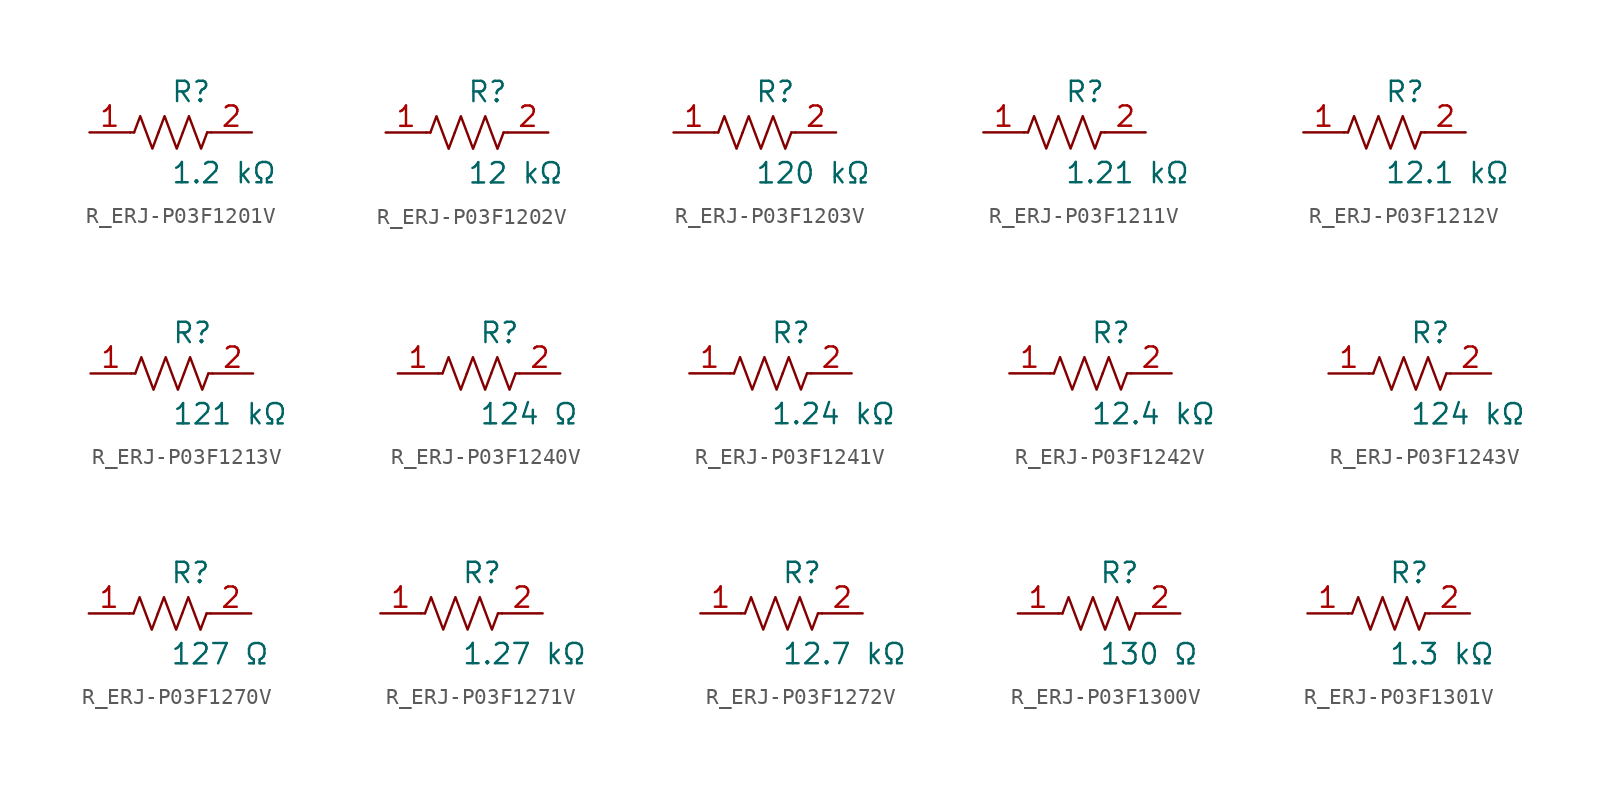
<source format=kicad_sym>
(kicad_symbol_lib
  (version 20231120)
  (generator kicad_symbol_editor)
  (generator_version 8.0)
  (symbol "R_ERJ-P03F1201V"
    (pin_names
      (offset 0.254))
    (property "Reference" "R"
      (at 0.0 2.54 0)
      (effects (font (size 1.27 1.27)) (justify left)))
    (property "Value" "1.2 kΩ"
      (at 0.0 -2.54 0)
      (effects (font (size 1.27 1.27)) (justify left)))
    (symbol "R_ERJ-P03F1201V_0_1"
      (polyline (pts (xy 2.286 0) (xy 2.54 0)) (stroke (width 0) (type default)) (fill (type none)))
      (polyline (pts (xy -2.286 0) (xy -2.54 0)) (stroke (width 0) (type default)) (fill (type none)))
      (polyline (pts (xy 0.762 0) (xy 1.143 1.016) (xy 1.524 0) (xy 1.905 -1.016) (xy 2.286 0)) (stroke (width 0) (type default)) (fill (type none)))
      (polyline (pts (xy -0.762 0) (xy -0.381 1.016) (xy 0 0) (xy 0.381 -1.016) (xy 0.762 0)) (stroke (width 0) (type default)) (fill (type none)))
      (polyline (pts (xy -2.286 0) (xy -1.905 1.016) (xy -1.524 0) (xy -1.143 -1.016) (xy -0.762 0)) (stroke (width 0) (type default)) (fill (type none))))
    (pin unspecified line
      (at -5.08 0 0)
      (length 2.54)
      (name "" (effects (font (size 1.27 1.27))))
      (number "1" (effects (font (size 1.27 1.27)))))
    (pin unspecified line
      (at 5.08 0 180)
      (length 2.54)
      (name "" (effects (font (size 1.27 1.27))))
      (number "2" (effects (font (size 1.27 1.27))))))
  (symbol "R_ERJ-P03F1202V"
    (pin_names
      (offset 0.254))
    (property "Reference" "R"
      (at 0.0 2.54 0)
      (effects (font (size 1.27 1.27)) (justify left)))
    (property "Value" "12 kΩ"
      (at 0.0 -2.54 0)
      (effects (font (size 1.27 1.27)) (justify left)))
    (symbol "R_ERJ-P03F1202V_0_1"
      (polyline (pts (xy 2.286 0) (xy 2.54 0)) (stroke (width 0) (type default)) (fill (type none)))
      (polyline (pts (xy -2.286 0) (xy -2.54 0)) (stroke (width 0) (type default)) (fill (type none)))
      (polyline (pts (xy 0.762 0) (xy 1.143 1.016) (xy 1.524 0) (xy 1.905 -1.016) (xy 2.286 0)) (stroke (width 0) (type default)) (fill (type none)))
      (polyline (pts (xy -0.762 0) (xy -0.381 1.016) (xy 0 0) (xy 0.381 -1.016) (xy 0.762 0)) (stroke (width 0) (type default)) (fill (type none)))
      (polyline (pts (xy -2.286 0) (xy -1.905 1.016) (xy -1.524 0) (xy -1.143 -1.016) (xy -0.762 0)) (stroke (width 0) (type default)) (fill (type none))))
    (pin unspecified line
      (at -5.08 0 0)
      (length 2.54)
      (name "" (effects (font (size 1.27 1.27))))
      (number "1" (effects (font (size 1.27 1.27)))))
    (pin unspecified line
      (at 5.08 0 180)
      (length 2.54)
      (name "" (effects (font (size 1.27 1.27))))
      (number "2" (effects (font (size 1.27 1.27))))))
  (symbol "R_ERJ-P03F1203V"
    (pin_names
      (offset 0.254))
    (property "Reference" "R"
      (at 0.0 2.54 0)
      (effects (font (size 1.27 1.27)) (justify left)))
    (property "Value" "120 kΩ"
      (at 0.0 -2.54 0)
      (effects (font (size 1.27 1.27)) (justify left)))
    (symbol "R_ERJ-P03F1203V_0_1"
      (polyline (pts (xy 2.286 0) (xy 2.54 0)) (stroke (width 0) (type default)) (fill (type none)))
      (polyline (pts (xy -2.286 0) (xy -2.54 0)) (stroke (width 0) (type default)) (fill (type none)))
      (polyline (pts (xy 0.762 0) (xy 1.143 1.016) (xy 1.524 0) (xy 1.905 -1.016) (xy 2.286 0)) (stroke (width 0) (type default)) (fill (type none)))
      (polyline (pts (xy -0.762 0) (xy -0.381 1.016) (xy 0 0) (xy 0.381 -1.016) (xy 0.762 0)) (stroke (width 0) (type default)) (fill (type none)))
      (polyline (pts (xy -2.286 0) (xy -1.905 1.016) (xy -1.524 0) (xy -1.143 -1.016) (xy -0.762 0)) (stroke (width 0) (type default)) (fill (type none))))
    (pin unspecified line
      (at -5.08 0 0)
      (length 2.54)
      (name "" (effects (font (size 1.27 1.27))))
      (number "1" (effects (font (size 1.27 1.27)))))
    (pin unspecified line
      (at 5.08 0 180)
      (length 2.54)
      (name "" (effects (font (size 1.27 1.27))))
      (number "2" (effects (font (size 1.27 1.27))))))
  (symbol "R_ERJ-P03F1211V"
    (pin_names
      (offset 0.254))
    (property "Reference" "R"
      (at 0.0 2.54 0)
      (effects (font (size 1.27 1.27)) (justify left)))
    (property "Value" "1.21 kΩ"
      (at 0.0 -2.54 0)
      (effects (font (size 1.27 1.27)) (justify left)))
    (symbol "R_ERJ-P03F1211V_0_1"
      (polyline (pts (xy 2.286 0) (xy 2.54 0)) (stroke (width 0) (type default)) (fill (type none)))
      (polyline (pts (xy -2.286 0) (xy -2.54 0)) (stroke (width 0) (type default)) (fill (type none)))
      (polyline (pts (xy 0.762 0) (xy 1.143 1.016) (xy 1.524 0) (xy 1.905 -1.016) (xy 2.286 0)) (stroke (width 0) (type default)) (fill (type none)))
      (polyline (pts (xy -0.762 0) (xy -0.381 1.016) (xy 0 0) (xy 0.381 -1.016) (xy 0.762 0)) (stroke (width 0) (type default)) (fill (type none)))
      (polyline (pts (xy -2.286 0) (xy -1.905 1.016) (xy -1.524 0) (xy -1.143 -1.016) (xy -0.762 0)) (stroke (width 0) (type default)) (fill (type none))))
    (pin unspecified line
      (at -5.08 0 0)
      (length 2.54)
      (name "" (effects (font (size 1.27 1.27))))
      (number "1" (effects (font (size 1.27 1.27)))))
    (pin unspecified line
      (at 5.08 0 180)
      (length 2.54)
      (name "" (effects (font (size 1.27 1.27))))
      (number "2" (effects (font (size 1.27 1.27))))))
  (symbol "R_ERJ-P03F1212V"
    (pin_names
      (offset 0.254))
    (property "Reference" "R"
      (at 0.0 2.54 0)
      (effects (font (size 1.27 1.27)) (justify left)))
    (property "Value" "12.1 kΩ"
      (at 0.0 -2.54 0)
      (effects (font (size 1.27 1.27)) (justify left)))
    (symbol "R_ERJ-P03F1212V_0_1"
      (polyline (pts (xy 2.286 0) (xy 2.54 0)) (stroke (width 0) (type default)) (fill (type none)))
      (polyline (pts (xy -2.286 0) (xy -2.54 0)) (stroke (width 0) (type default)) (fill (type none)))
      (polyline (pts (xy 0.762 0) (xy 1.143 1.016) (xy 1.524 0) (xy 1.905 -1.016) (xy 2.286 0)) (stroke (width 0) (type default)) (fill (type none)))
      (polyline (pts (xy -0.762 0) (xy -0.381 1.016) (xy 0 0) (xy 0.381 -1.016) (xy 0.762 0)) (stroke (width 0) (type default)) (fill (type none)))
      (polyline (pts (xy -2.286 0) (xy -1.905 1.016) (xy -1.524 0) (xy -1.143 -1.016) (xy -0.762 0)) (stroke (width 0) (type default)) (fill (type none))))
    (pin unspecified line
      (at -5.08 0 0)
      (length 2.54)
      (name "" (effects (font (size 1.27 1.27))))
      (number "1" (effects (font (size 1.27 1.27)))))
    (pin unspecified line
      (at 5.08 0 180)
      (length 2.54)
      (name "" (effects (font (size 1.27 1.27))))
      (number "2" (effects (font (size 1.27 1.27))))))
  (symbol "R_ERJ-P03F1213V"
    (pin_names
      (offset 0.254))
    (property "Reference" "R"
      (at 0.0 2.54 0)
      (effects (font (size 1.27 1.27)) (justify left)))
    (property "Value" "121 kΩ"
      (at 0.0 -2.54 0)
      (effects (font (size 1.27 1.27)) (justify left)))
    (symbol "R_ERJ-P03F1213V_0_1"
      (polyline (pts (xy 2.286 0) (xy 2.54 0)) (stroke (width 0) (type default)) (fill (type none)))
      (polyline (pts (xy -2.286 0) (xy -2.54 0)) (stroke (width 0) (type default)) (fill (type none)))
      (polyline (pts (xy 0.762 0) (xy 1.143 1.016) (xy 1.524 0) (xy 1.905 -1.016) (xy 2.286 0)) (stroke (width 0) (type default)) (fill (type none)))
      (polyline (pts (xy -0.762 0) (xy -0.381 1.016) (xy 0 0) (xy 0.381 -1.016) (xy 0.762 0)) (stroke (width 0) (type default)) (fill (type none)))
      (polyline (pts (xy -2.286 0) (xy -1.905 1.016) (xy -1.524 0) (xy -1.143 -1.016) (xy -0.762 0)) (stroke (width 0) (type default)) (fill (type none))))
    (pin unspecified line
      (at -5.08 0 0)
      (length 2.54)
      (name "" (effects (font (size 1.27 1.27))))
      (number "1" (effects (font (size 1.27 1.27)))))
    (pin unspecified line
      (at 5.08 0 180)
      (length 2.54)
      (name "" (effects (font (size 1.27 1.27))))
      (number "2" (effects (font (size 1.27 1.27))))))
  (symbol "R_ERJ-P03F1240V"
    (pin_names
      (offset 0.254))
    (property "Reference" "R"
      (at 0.0 2.54 0)
      (effects (font (size 1.27 1.27)) (justify left)))
    (property "Value" "124 Ω"
      (at 0.0 -2.54 0)
      (effects (font (size 1.27 1.27)) (justify left)))
    (symbol "R_ERJ-P03F1240V_0_1"
      (polyline (pts (xy 2.286 0) (xy 2.54 0)) (stroke (width 0) (type default)) (fill (type none)))
      (polyline (pts (xy -2.286 0) (xy -2.54 0)) (stroke (width 0) (type default)) (fill (type none)))
      (polyline (pts (xy 0.762 0) (xy 1.143 1.016) (xy 1.524 0) (xy 1.905 -1.016) (xy 2.286 0)) (stroke (width 0) (type default)) (fill (type none)))
      (polyline (pts (xy -0.762 0) (xy -0.381 1.016) (xy 0 0) (xy 0.381 -1.016) (xy 0.762 0)) (stroke (width 0) (type default)) (fill (type none)))
      (polyline (pts (xy -2.286 0) (xy -1.905 1.016) (xy -1.524 0) (xy -1.143 -1.016) (xy -0.762 0)) (stroke (width 0) (type default)) (fill (type none))))
    (pin unspecified line
      (at -5.08 0 0)
      (length 2.54)
      (name "" (effects (font (size 1.27 1.27))))
      (number "1" (effects (font (size 1.27 1.27)))))
    (pin unspecified line
      (at 5.08 0 180)
      (length 2.54)
      (name "" (effects (font (size 1.27 1.27))))
      (number "2" (effects (font (size 1.27 1.27))))))
  (symbol "R_ERJ-P03F1241V"
    (pin_names
      (offset 0.254))
    (property "Reference" "R"
      (at 0.0 2.54 0)
      (effects (font (size 1.27 1.27)) (justify left)))
    (property "Value" "1.24 kΩ"
      (at 0.0 -2.54 0)
      (effects (font (size 1.27 1.27)) (justify left)))
    (symbol "R_ERJ-P03F1241V_0_1"
      (polyline (pts (xy 2.286 0) (xy 2.54 0)) (stroke (width 0) (type default)) (fill (type none)))
      (polyline (pts (xy -2.286 0) (xy -2.54 0)) (stroke (width 0) (type default)) (fill (type none)))
      (polyline (pts (xy 0.762 0) (xy 1.143 1.016) (xy 1.524 0) (xy 1.905 -1.016) (xy 2.286 0)) (stroke (width 0) (type default)) (fill (type none)))
      (polyline (pts (xy -0.762 0) (xy -0.381 1.016) (xy 0 0) (xy 0.381 -1.016) (xy 0.762 0)) (stroke (width 0) (type default)) (fill (type none)))
      (polyline (pts (xy -2.286 0) (xy -1.905 1.016) (xy -1.524 0) (xy -1.143 -1.016) (xy -0.762 0)) (stroke (width 0) (type default)) (fill (type none))))
    (pin unspecified line
      (at -5.08 0 0)
      (length 2.54)
      (name "" (effects (font (size 1.27 1.27))))
      (number "1" (effects (font (size 1.27 1.27)))))
    (pin unspecified line
      (at 5.08 0 180)
      (length 2.54)
      (name "" (effects (font (size 1.27 1.27))))
      (number "2" (effects (font (size 1.27 1.27))))))
  (symbol "R_ERJ-P03F1242V"
    (pin_names
      (offset 0.254))
    (property "Reference" "R"
      (at 0.0 2.54 0)
      (effects (font (size 1.27 1.27)) (justify left)))
    (property "Value" "12.4 kΩ"
      (at 0.0 -2.54 0)
      (effects (font (size 1.27 1.27)) (justify left)))
    (symbol "R_ERJ-P03F1242V_0_1"
      (polyline (pts (xy 2.286 0) (xy 2.54 0)) (stroke (width 0) (type default)) (fill (type none)))
      (polyline (pts (xy -2.286 0) (xy -2.54 0)) (stroke (width 0) (type default)) (fill (type none)))
      (polyline (pts (xy 0.762 0) (xy 1.143 1.016) (xy 1.524 0) (xy 1.905 -1.016) (xy 2.286 0)) (stroke (width 0) (type default)) (fill (type none)))
      (polyline (pts (xy -0.762 0) (xy -0.381 1.016) (xy 0 0) (xy 0.381 -1.016) (xy 0.762 0)) (stroke (width 0) (type default)) (fill (type none)))
      (polyline (pts (xy -2.286 0) (xy -1.905 1.016) (xy -1.524 0) (xy -1.143 -1.016) (xy -0.762 0)) (stroke (width 0) (type default)) (fill (type none))))
    (pin unspecified line
      (at -5.08 0 0)
      (length 2.54)
      (name "" (effects (font (size 1.27 1.27))))
      (number "1" (effects (font (size 1.27 1.27)))))
    (pin unspecified line
      (at 5.08 0 180)
      (length 2.54)
      (name "" (effects (font (size 1.27 1.27))))
      (number "2" (effects (font (size 1.27 1.27))))))
  (symbol "R_ERJ-P03F1243V"
    (pin_names
      (offset 0.254))
    (property "Reference" "R"
      (at 0.0 2.54 0)
      (effects (font (size 1.27 1.27)) (justify left)))
    (property "Value" "124 kΩ"
      (at 0.0 -2.54 0)
      (effects (font (size 1.27 1.27)) (justify left)))
    (symbol "R_ERJ-P03F1243V_0_1"
      (polyline (pts (xy 2.286 0) (xy 2.54 0)) (stroke (width 0) (type default)) (fill (type none)))
      (polyline (pts (xy -2.286 0) (xy -2.54 0)) (stroke (width 0) (type default)) (fill (type none)))
      (polyline (pts (xy 0.762 0) (xy 1.143 1.016) (xy 1.524 0) (xy 1.905 -1.016) (xy 2.286 0)) (stroke (width 0) (type default)) (fill (type none)))
      (polyline (pts (xy -0.762 0) (xy -0.381 1.016) (xy 0 0) (xy 0.381 -1.016) (xy 0.762 0)) (stroke (width 0) (type default)) (fill (type none)))
      (polyline (pts (xy -2.286 0) (xy -1.905 1.016) (xy -1.524 0) (xy -1.143 -1.016) (xy -0.762 0)) (stroke (width 0) (type default)) (fill (type none))))
    (pin unspecified line
      (at -5.08 0 0)
      (length 2.54)
      (name "" (effects (font (size 1.27 1.27))))
      (number "1" (effects (font (size 1.27 1.27)))))
    (pin unspecified line
      (at 5.08 0 180)
      (length 2.54)
      (name "" (effects (font (size 1.27 1.27))))
      (number "2" (effects (font (size 1.27 1.27))))))
  (symbol "R_ERJ-P03F1270V"
    (pin_names
      (offset 0.254))
    (property "Reference" "R"
      (at 0.0 2.54 0)
      (effects (font (size 1.27 1.27)) (justify left)))
    (property "Value" "127 Ω"
      (at 0.0 -2.54 0)
      (effects (font (size 1.27 1.27)) (justify left)))
    (symbol "R_ERJ-P03F1270V_0_1"
      (polyline (pts (xy 2.286 0) (xy 2.54 0)) (stroke (width 0) (type default)) (fill (type none)))
      (polyline (pts (xy -2.286 0) (xy -2.54 0)) (stroke (width 0) (type default)) (fill (type none)))
      (polyline (pts (xy 0.762 0) (xy 1.143 1.016) (xy 1.524 0) (xy 1.905 -1.016) (xy 2.286 0)) (stroke (width 0) (type default)) (fill (type none)))
      (polyline (pts (xy -0.762 0) (xy -0.381 1.016) (xy 0 0) (xy 0.381 -1.016) (xy 0.762 0)) (stroke (width 0) (type default)) (fill (type none)))
      (polyline (pts (xy -2.286 0) (xy -1.905 1.016) (xy -1.524 0) (xy -1.143 -1.016) (xy -0.762 0)) (stroke (width 0) (type default)) (fill (type none))))
    (pin unspecified line
      (at -5.08 0 0)
      (length 2.54)
      (name "" (effects (font (size 1.27 1.27))))
      (number "1" (effects (font (size 1.27 1.27)))))
    (pin unspecified line
      (at 5.08 0 180)
      (length 2.54)
      (name "" (effects (font (size 1.27 1.27))))
      (number "2" (effects (font (size 1.27 1.27))))))
  (symbol "R_ERJ-P03F1271V"
    (pin_names
      (offset 0.254))
    (property "Reference" "R"
      (at 0.0 2.54 0)
      (effects (font (size 1.27 1.27)) (justify left)))
    (property "Value" "1.27 kΩ"
      (at 0.0 -2.54 0)
      (effects (font (size 1.27 1.27)) (justify left)))
    (symbol "R_ERJ-P03F1271V_0_1"
      (polyline (pts (xy 2.286 0) (xy 2.54 0)) (stroke (width 0) (type default)) (fill (type none)))
      (polyline (pts (xy -2.286 0) (xy -2.54 0)) (stroke (width 0) (type default)) (fill (type none)))
      (polyline (pts (xy 0.762 0) (xy 1.143 1.016) (xy 1.524 0) (xy 1.905 -1.016) (xy 2.286 0)) (stroke (width 0) (type default)) (fill (type none)))
      (polyline (pts (xy -0.762 0) (xy -0.381 1.016) (xy 0 0) (xy 0.381 -1.016) (xy 0.762 0)) (stroke (width 0) (type default)) (fill (type none)))
      (polyline (pts (xy -2.286 0) (xy -1.905 1.016) (xy -1.524 0) (xy -1.143 -1.016) (xy -0.762 0)) (stroke (width 0) (type default)) (fill (type none))))
    (pin unspecified line
      (at -5.08 0 0)
      (length 2.54)
      (name "" (effects (font (size 1.27 1.27))))
      (number "1" (effects (font (size 1.27 1.27)))))
    (pin unspecified line
      (at 5.08 0 180)
      (length 2.54)
      (name "" (effects (font (size 1.27 1.27))))
      (number "2" (effects (font (size 1.27 1.27))))))
  (symbol "R_ERJ-P03F1272V"
    (pin_names
      (offset 0.254))
    (property "Reference" "R"
      (at 0.0 2.54 0)
      (effects (font (size 1.27 1.27)) (justify left)))
    (property "Value" "12.7 kΩ"
      (at 0.0 -2.54 0)
      (effects (font (size 1.27 1.27)) (justify left)))
    (symbol "R_ERJ-P03F1272V_0_1"
      (polyline (pts (xy 2.286 0) (xy 2.54 0)) (stroke (width 0) (type default)) (fill (type none)))
      (polyline (pts (xy -2.286 0) (xy -2.54 0)) (stroke (width 0) (type default)) (fill (type none)))
      (polyline (pts (xy 0.762 0) (xy 1.143 1.016) (xy 1.524 0) (xy 1.905 -1.016) (xy 2.286 0)) (stroke (width 0) (type default)) (fill (type none)))
      (polyline (pts (xy -0.762 0) (xy -0.381 1.016) (xy 0 0) (xy 0.381 -1.016) (xy 0.762 0)) (stroke (width 0) (type default)) (fill (type none)))
      (polyline (pts (xy -2.286 0) (xy -1.905 1.016) (xy -1.524 0) (xy -1.143 -1.016) (xy -0.762 0)) (stroke (width 0) (type default)) (fill (type none))))
    (pin unspecified line
      (at -5.08 0 0)
      (length 2.54)
      (name "" (effects (font (size 1.27 1.27))))
      (number "1" (effects (font (size 1.27 1.27)))))
    (pin unspecified line
      (at 5.08 0 180)
      (length 2.54)
      (name "" (effects (font (size 1.27 1.27))))
      (number "2" (effects (font (size 1.27 1.27))))))
  (symbol "R_ERJ-P03F1300V"
    (pin_names
      (offset 0.254))
    (property "Reference" "R"
      (at 0.0 2.54 0)
      (effects (font (size 1.27 1.27)) (justify left)))
    (property "Value" "130 Ω"
      (at 0.0 -2.54 0)
      (effects (font (size 1.27 1.27)) (justify left)))
    (symbol "R_ERJ-P03F1300V_0_1"
      (polyline (pts (xy 2.286 0) (xy 2.54 0)) (stroke (width 0) (type default)) (fill (type none)))
      (polyline (pts (xy -2.286 0) (xy -2.54 0)) (stroke (width 0) (type default)) (fill (type none)))
      (polyline (pts (xy 0.762 0) (xy 1.143 1.016) (xy 1.524 0) (xy 1.905 -1.016) (xy 2.286 0)) (stroke (width 0) (type default)) (fill (type none)))
      (polyline (pts (xy -0.762 0) (xy -0.381 1.016) (xy 0 0) (xy 0.381 -1.016) (xy 0.762 0)) (stroke (width 0) (type default)) (fill (type none)))
      (polyline (pts (xy -2.286 0) (xy -1.905 1.016) (xy -1.524 0) (xy -1.143 -1.016) (xy -0.762 0)) (stroke (width 0) (type default)) (fill (type none))))
    (pin unspecified line
      (at -5.08 0 0)
      (length 2.54)
      (name "" (effects (font (size 1.27 1.27))))
      (number "1" (effects (font (size 1.27 1.27)))))
    (pin unspecified line
      (at 5.08 0 180)
      (length 2.54)
      (name "" (effects (font (size 1.27 1.27))))
      (number "2" (effects (font (size 1.27 1.27))))))
  (symbol "R_ERJ-P03F1301V"
    (pin_names
      (offset 0.254))
    (property "Reference" "R"
      (at 0.0 2.54 0)
      (effects (font (size 1.27 1.27)) (justify left)))
    (property "Value" "1.3 kΩ"
      (at 0.0 -2.54 0)
      (effects (font (size 1.27 1.27)) (justify left)))
    (symbol "R_ERJ-P03F1301V_0_1"
      (polyline (pts (xy 2.286 0) (xy 2.54 0)) (stroke (width 0) (type default)) (fill (type none)))
      (polyline (pts (xy -2.286 0) (xy -2.54 0)) (stroke (width 0) (type default)) (fill (type none)))
      (polyline (pts (xy 0.762 0) (xy 1.143 1.016) (xy 1.524 0) (xy 1.905 -1.016) (xy 2.286 0)) (stroke (width 0) (type default)) (fill (type none)))
      (polyline (pts (xy -0.762 0) (xy -0.381 1.016) (xy 0 0) (xy 0.381 -1.016) (xy 0.762 0)) (stroke (width 0) (type default)) (fill (type none)))
      (polyline (pts (xy -2.286 0) (xy -1.905 1.016) (xy -1.524 0) (xy -1.143 -1.016) (xy -0.762 0)) (stroke (width 0) (type default)) (fill (type none))))
    (pin unspecified line
      (at -5.08 0 0)
      (length 2.54)
      (name "" (effects (font (size 1.27 1.27))))
      (number "1" (effects (font (size 1.27 1.27)))))
    (pin unspecified line
      (at 5.08 0 180)
      (length 2.54)
      (name "" (effects (font (size 1.27 1.27))))
      (number "2" (effects (font (size 1.27 1.27)))))))
</source>
